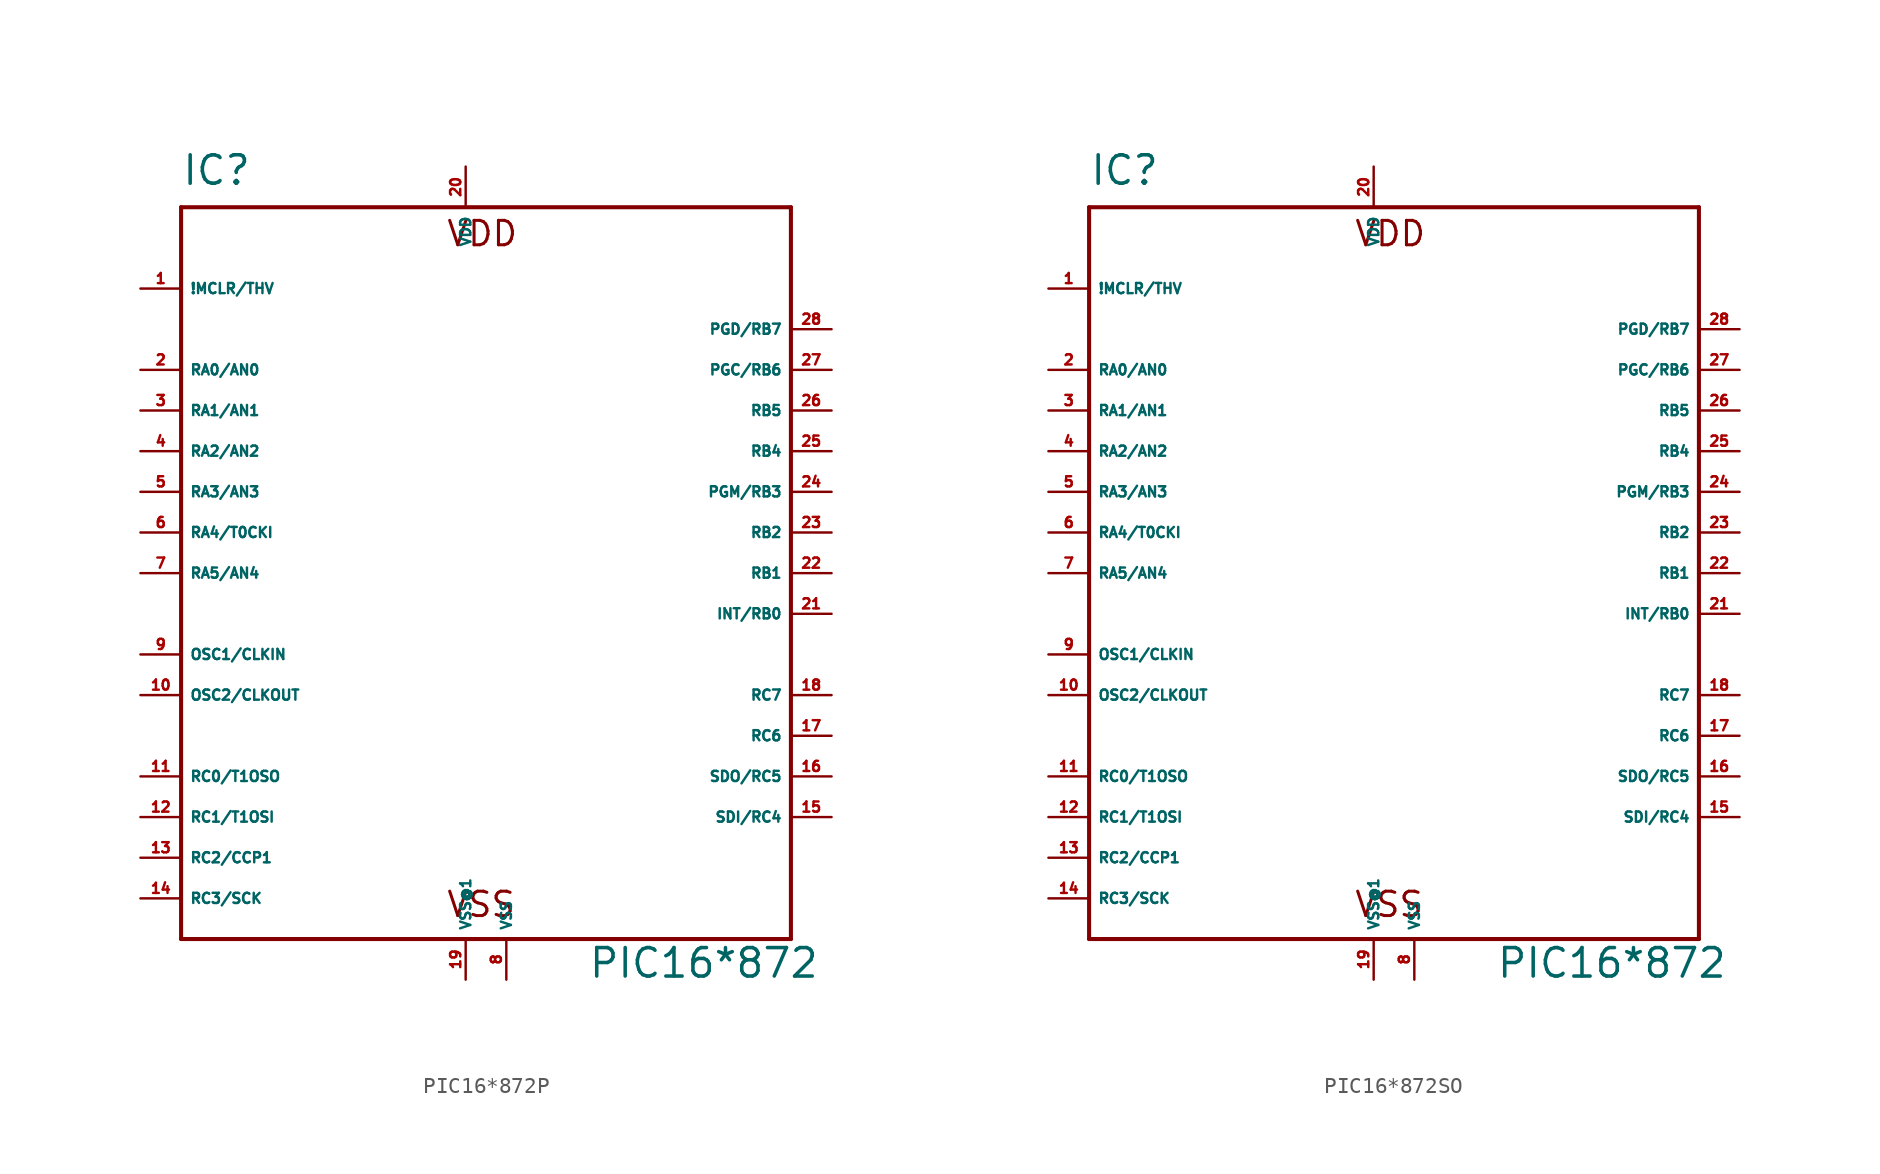
<source format=kicad_sym>
(kicad_symbol_lib
  (version 20220914)
  (generator Eagle2Kicad)
  (symbol "PIC16*872P"
    (property "Reference" "IC"
      (at -17.78 24.13 0)
      (effects (font (size 1.778 1.778) (thickness 0.22)) (justify left bottom)))
    (property "Value" "PIC16*872"
      (at 7.62 -25.4 0)
      (effects (font (size 1.778 1.778) (thickness 0.22)) (justify left bottom)))
    (polyline
      (pts (xy -17.78 22.86) (xy 20.32 22.86))
      (stroke (width 0.254) (type default))
      (fill (type none)))
    (polyline
      (pts (xy 20.32 22.86) (xy 20.32 -22.86))
      (stroke (width 0.254) (type default))
      (fill (type none)))
    (polyline
      (pts (xy 20.32 -22.86) (xy -17.78 -22.86))
      (stroke (width 0.254) (type default))
      (fill (type none)))
    (polyline
      (pts (xy -17.78 -22.86) (xy -17.78 22.86))
      (stroke (width 0.254) (type default))
      (fill (type none)))
    (text "VDD"
      (at -1.27 20.32 0)
      (effects (font (size 1.524 1.524) (thickness 0.19)) (justify left bottom)))
    (text "VSS"
      (at -1.27 -21.59 0)
      (effects (font (size 1.524 1.524) (thickness 0.19)) (justify left bottom)))
    (pin input line
      (at -20.32 17.78 0)
      (length 2.54)
      (name "!MCLR/THV" (effects (font (size 0.635 0.635) (thickness 0.08)) (justify left bottom)))
      (number "1" (effects (font (size 0.635 0.635) (thickness 0.08)) (justify left bottom))))
    (pin bidirectional line
      (at -20.32 12.7 0)
      (length 2.54)
      (name "RA0/AN0" (effects (font (size 0.635 0.635) (thickness 0.08)) (justify left bottom)))
      (number "2" (effects (font (size 0.635 0.635) (thickness 0.08)) (justify left bottom))))
    (pin bidirectional line
      (at -20.32 10.16 0)
      (length 2.54)
      (name "RA1/AN1" (effects (font (size 0.635 0.635) (thickness 0.08)) (justify left bottom)))
      (number "3" (effects (font (size 0.635 0.635) (thickness 0.08)) (justify left bottom))))
    (pin bidirectional line
      (at -20.32 7.62 0)
      (length 2.54)
      (name "RA2/AN2" (effects (font (size 0.635 0.635) (thickness 0.08)) (justify left bottom)))
      (number "4" (effects (font (size 0.635 0.635) (thickness 0.08)) (justify left bottom))))
    (pin bidirectional line
      (at -20.32 5.08 0)
      (length 2.54)
      (name "RA3/AN3" (effects (font (size 0.635 0.635) (thickness 0.08)) (justify left bottom)))
      (number "5" (effects (font (size 0.635 0.635) (thickness 0.08)) (justify left bottom))))
    (pin bidirectional line
      (at -20.32 2.54 0)
      (length 2.54)
      (name "RA4/T0CKI" (effects (font (size 0.635 0.635) (thickness 0.08)) (justify left bottom)))
      (number "6" (effects (font (size 0.635 0.635) (thickness 0.08)) (justify left bottom))))
    (pin bidirectional line
      (at -20.32 0 0)
      (length 2.54)
      (name "RA5/AN4" (effects (font (size 0.635 0.635) (thickness 0.08)) (justify left bottom)))
      (number "7" (effects (font (size 0.635 0.635) (thickness 0.08)) (justify left bottom))))
    (pin input line
      (at -20.32 -5.08 0)
      (length 2.54)
      (name "OSC1/CLKIN" (effects (font (size 0.635 0.635) (thickness 0.08)) (justify left bottom)))
      (number "9" (effects (font (size 0.635 0.635) (thickness 0.08)) (justify left bottom))))
    (pin output line
      (at -20.32 -7.62 0)
      (length 2.54)
      (name "OSC2/CLKOUT" (effects (font (size 0.635 0.635) (thickness 0.08)) (justify left bottom)))
      (number "10" (effects (font (size 0.635 0.635) (thickness 0.08)) (justify left bottom))))
    (pin bidirectional line
      (at -20.32 -12.7 0)
      (length 2.54)
      (name "RC0/T1OSO" (effects (font (size 0.635 0.635) (thickness 0.08)) (justify left bottom)))
      (number "11" (effects (font (size 0.635 0.635) (thickness 0.08)) (justify left bottom))))
    (pin bidirectional line
      (at -20.32 -15.24 0)
      (length 2.54)
      (name "RC1/T1OSI" (effects (font (size 0.635 0.635) (thickness 0.08)) (justify left bottom)))
      (number "12" (effects (font (size 0.635 0.635) (thickness 0.08)) (justify left bottom))))
    (pin bidirectional line
      (at -20.32 -17.78 0)
      (length 2.54)
      (name "RC2/CCP1" (effects (font (size 0.635 0.635) (thickness 0.08)) (justify left bottom)))
      (number "13" (effects (font (size 0.635 0.635) (thickness 0.08)) (justify left bottom))))
    (pin bidirectional line
      (at -20.32 -20.32 0)
      (length 2.54)
      (name "RC3/SCK" (effects (font (size 0.635 0.635) (thickness 0.08)) (justify left bottom)))
      (number "14" (effects (font (size 0.635 0.635) (thickness 0.08)) (justify left bottom))))
    (pin bidirectional line
      (at 22.86 -15.24 180)
      (length 2.54)
      (name "SDI/RC4" (effects (font (size 0.635 0.635) (thickness 0.08)) (justify left bottom)))
      (number "15" (effects (font (size 0.635 0.635) (thickness 0.08)) (justify left bottom))))
    (pin bidirectional line
      (at 22.86 -12.7 180)
      (length 2.54)
      (name "SDO/RC5" (effects (font (size 0.635 0.635) (thickness 0.08)) (justify left bottom)))
      (number "16" (effects (font (size 0.635 0.635) (thickness 0.08)) (justify left bottom))))
    (pin bidirectional line
      (at 22.86 -10.16 180)
      (length 2.54)
      (name "RC6" (effects (font (size 0.635 0.635) (thickness 0.08)) (justify left bottom)))
      (number "17" (effects (font (size 0.635 0.635) (thickness 0.08)) (justify left bottom))))
    (pin bidirectional line
      (at 22.86 -7.62 180)
      (length 2.54)
      (name "RC7" (effects (font (size 0.635 0.635) (thickness 0.08)) (justify left bottom)))
      (number "18" (effects (font (size 0.635 0.635) (thickness 0.08)) (justify left bottom))))
    (pin unspecified line
      (at 2.54 -25.4 90)
      (length 2.54)
      (name "VSS" (effects (font (size 0.635 0.635) (thickness 0.08)) (justify left bottom)))
      (number "8" (effects (font (size 0.635 0.635) (thickness 0.08)) (justify left bottom))))
    (pin unspecified line
      (at 0 25.4 270)
      (length 2.54)
      (name "VDD" (effects (font (size 0.635 0.635) (thickness 0.08)) (justify left bottom)))
      (number "20" (effects (font (size 0.635 0.635) (thickness 0.08)) (justify left bottom))))
    (pin bidirectional line
      (at 22.86 -2.54 180)
      (length 2.54)
      (name "INT/RB0" (effects (font (size 0.635 0.635) (thickness 0.08)) (justify left bottom)))
      (number "21" (effects (font (size 0.635 0.635) (thickness 0.08)) (justify left bottom))))
    (pin bidirectional line
      (at 22.86 0 180)
      (length 2.54)
      (name "RB1" (effects (font (size 0.635 0.635) (thickness 0.08)) (justify left bottom)))
      (number "22" (effects (font (size 0.635 0.635) (thickness 0.08)) (justify left bottom))))
    (pin bidirectional line
      (at 22.86 2.54 180)
      (length 2.54)
      (name "RB2" (effects (font (size 0.635 0.635) (thickness 0.08)) (justify left bottom)))
      (number "23" (effects (font (size 0.635 0.635) (thickness 0.08)) (justify left bottom))))
    (pin bidirectional line
      (at 22.86 5.08 180)
      (length 2.54)
      (name "PGM/RB3" (effects (font (size 0.635 0.635) (thickness 0.08)) (justify left bottom)))
      (number "24" (effects (font (size 0.635 0.635) (thickness 0.08)) (justify left bottom))))
    (pin bidirectional line
      (at 22.86 7.62 180)
      (length 2.54)
      (name "RB4" (effects (font (size 0.635 0.635) (thickness 0.08)) (justify left bottom)))
      (number "25" (effects (font (size 0.635 0.635) (thickness 0.08)) (justify left bottom))))
    (pin bidirectional line
      (at 22.86 10.16 180)
      (length 2.54)
      (name "RB5" (effects (font (size 0.635 0.635) (thickness 0.08)) (justify left bottom)))
      (number "26" (effects (font (size 0.635 0.635) (thickness 0.08)) (justify left bottom))))
    (pin bidirectional line
      (at 22.86 12.7 180)
      (length 2.54)
      (name "PGC/RB6" (effects (font (size 0.635 0.635) (thickness 0.08)) (justify left bottom)))
      (number "27" (effects (font (size 0.635 0.635) (thickness 0.08)) (justify left bottom))))
    (pin bidirectional line
      (at 22.86 15.24 180)
      (length 2.54)
      (name "PGD/RB7" (effects (font (size 0.635 0.635) (thickness 0.08)) (justify left bottom)))
      (number "28" (effects (font (size 0.635 0.635) (thickness 0.08)) (justify left bottom))))
    (pin unspecified line
      (at 0 -25.4 90)
      (length 2.54)
      (name "VSS@1" (effects (font (size 0.635 0.635) (thickness 0.08)) (justify left bottom)))
      (number "19" (effects (font (size 0.635 0.635) (thickness 0.08)) (justify left bottom)))))
  (symbol "PIC16*872SO"
    (property "Reference" "IC"
      (at -17.78 24.13 0)
      (effects (font (size 1.778 1.778) (thickness 0.22)) (justify left bottom)))
    (property "Value" "PIC16*872"
      (at 7.62 -25.4 0)
      (effects (font (size 1.778 1.778) (thickness 0.22)) (justify left bottom)))
    (polyline
      (pts (xy -17.78 22.86) (xy 20.32 22.86))
      (stroke (width 0.254) (type default))
      (fill (type none)))
    (polyline
      (pts (xy 20.32 22.86) (xy 20.32 -22.86))
      (stroke (width 0.254) (type default))
      (fill (type none)))
    (polyline
      (pts (xy 20.32 -22.86) (xy -17.78 -22.86))
      (stroke (width 0.254) (type default))
      (fill (type none)))
    (polyline
      (pts (xy -17.78 -22.86) (xy -17.78 22.86))
      (stroke (width 0.254) (type default))
      (fill (type none)))
    (text "VDD"
      (at -1.27 20.32 0)
      (effects (font (size 1.524 1.524) (thickness 0.19)) (justify left bottom)))
    (text "VSS"
      (at -1.27 -21.59 0)
      (effects (font (size 1.524 1.524) (thickness 0.19)) (justify left bottom)))
    (pin input line
      (at -20.32 17.78 0)
      (length 2.54)
      (name "!MCLR/THV" (effects (font (size 0.635 0.635) (thickness 0.08)) (justify left bottom)))
      (number "1" (effects (font (size 0.635 0.635) (thickness 0.08)) (justify left bottom))))
    (pin bidirectional line
      (at -20.32 12.7 0)
      (length 2.54)
      (name "RA0/AN0" (effects (font (size 0.635 0.635) (thickness 0.08)) (justify left bottom)))
      (number "2" (effects (font (size 0.635 0.635) (thickness 0.08)) (justify left bottom))))
    (pin bidirectional line
      (at -20.32 10.16 0)
      (length 2.54)
      (name "RA1/AN1" (effects (font (size 0.635 0.635) (thickness 0.08)) (justify left bottom)))
      (number "3" (effects (font (size 0.635 0.635) (thickness 0.08)) (justify left bottom))))
    (pin bidirectional line
      (at -20.32 7.62 0)
      (length 2.54)
      (name "RA2/AN2" (effects (font (size 0.635 0.635) (thickness 0.08)) (justify left bottom)))
      (number "4" (effects (font (size 0.635 0.635) (thickness 0.08)) (justify left bottom))))
    (pin bidirectional line
      (at -20.32 5.08 0)
      (length 2.54)
      (name "RA3/AN3" (effects (font (size 0.635 0.635) (thickness 0.08)) (justify left bottom)))
      (number "5" (effects (font (size 0.635 0.635) (thickness 0.08)) (justify left bottom))))
    (pin bidirectional line
      (at -20.32 2.54 0)
      (length 2.54)
      (name "RA4/T0CKI" (effects (font (size 0.635 0.635) (thickness 0.08)) (justify left bottom)))
      (number "6" (effects (font (size 0.635 0.635) (thickness 0.08)) (justify left bottom))))
    (pin bidirectional line
      (at -20.32 0 0)
      (length 2.54)
      (name "RA5/AN4" (effects (font (size 0.635 0.635) (thickness 0.08)) (justify left bottom)))
      (number "7" (effects (font (size 0.635 0.635) (thickness 0.08)) (justify left bottom))))
    (pin input line
      (at -20.32 -5.08 0)
      (length 2.54)
      (name "OSC1/CLKIN" (effects (font (size 0.635 0.635) (thickness 0.08)) (justify left bottom)))
      (number "9" (effects (font (size 0.635 0.635) (thickness 0.08)) (justify left bottom))))
    (pin output line
      (at -20.32 -7.62 0)
      (length 2.54)
      (name "OSC2/CLKOUT" (effects (font (size 0.635 0.635) (thickness 0.08)) (justify left bottom)))
      (number "10" (effects (font (size 0.635 0.635) (thickness 0.08)) (justify left bottom))))
    (pin bidirectional line
      (at -20.32 -12.7 0)
      (length 2.54)
      (name "RC0/T1OSO" (effects (font (size 0.635 0.635) (thickness 0.08)) (justify left bottom)))
      (number "11" (effects (font (size 0.635 0.635) (thickness 0.08)) (justify left bottom))))
    (pin bidirectional line
      (at -20.32 -15.24 0)
      (length 2.54)
      (name "RC1/T1OSI" (effects (font (size 0.635 0.635) (thickness 0.08)) (justify left bottom)))
      (number "12" (effects (font (size 0.635 0.635) (thickness 0.08)) (justify left bottom))))
    (pin bidirectional line
      (at -20.32 -17.78 0)
      (length 2.54)
      (name "RC2/CCP1" (effects (font (size 0.635 0.635) (thickness 0.08)) (justify left bottom)))
      (number "13" (effects (font (size 0.635 0.635) (thickness 0.08)) (justify left bottom))))
    (pin bidirectional line
      (at -20.32 -20.32 0)
      (length 2.54)
      (name "RC3/SCK" (effects (font (size 0.635 0.635) (thickness 0.08)) (justify left bottom)))
      (number "14" (effects (font (size 0.635 0.635) (thickness 0.08)) (justify left bottom))))
    (pin bidirectional line
      (at 22.86 -15.24 180)
      (length 2.54)
      (name "SDI/RC4" (effects (font (size 0.635 0.635) (thickness 0.08)) (justify left bottom)))
      (number "15" (effects (font (size 0.635 0.635) (thickness 0.08)) (justify left bottom))))
    (pin bidirectional line
      (at 22.86 -12.7 180)
      (length 2.54)
      (name "SDO/RC5" (effects (font (size 0.635 0.635) (thickness 0.08)) (justify left bottom)))
      (number "16" (effects (font (size 0.635 0.635) (thickness 0.08)) (justify left bottom))))
    (pin bidirectional line
      (at 22.86 -10.16 180)
      (length 2.54)
      (name "RC6" (effects (font (size 0.635 0.635) (thickness 0.08)) (justify left bottom)))
      (number "17" (effects (font (size 0.635 0.635) (thickness 0.08)) (justify left bottom))))
    (pin bidirectional line
      (at 22.86 -7.62 180)
      (length 2.54)
      (name "RC7" (effects (font (size 0.635 0.635) (thickness 0.08)) (justify left bottom)))
      (number "18" (effects (font (size 0.635 0.635) (thickness 0.08)) (justify left bottom))))
    (pin unspecified line
      (at 2.54 -25.4 90)
      (length 2.54)
      (name "VSS" (effects (font (size 0.635 0.635) (thickness 0.08)) (justify left bottom)))
      (number "8" (effects (font (size 0.635 0.635) (thickness 0.08)) (justify left bottom))))
    (pin unspecified line
      (at 0 25.4 270)
      (length 2.54)
      (name "VDD" (effects (font (size 0.635 0.635) (thickness 0.08)) (justify left bottom)))
      (number "20" (effects (font (size 0.635 0.635) (thickness 0.08)) (justify left bottom))))
    (pin bidirectional line
      (at 22.86 -2.54 180)
      (length 2.54)
      (name "INT/RB0" (effects (font (size 0.635 0.635) (thickness 0.08)) (justify left bottom)))
      (number "21" (effects (font (size 0.635 0.635) (thickness 0.08)) (justify left bottom))))
    (pin bidirectional line
      (at 22.86 0 180)
      (length 2.54)
      (name "RB1" (effects (font (size 0.635 0.635) (thickness 0.08)) (justify left bottom)))
      (number "22" (effects (font (size 0.635 0.635) (thickness 0.08)) (justify left bottom))))
    (pin bidirectional line
      (at 22.86 2.54 180)
      (length 2.54)
      (name "RB2" (effects (font (size 0.635 0.635) (thickness 0.08)) (justify left bottom)))
      (number "23" (effects (font (size 0.635 0.635) (thickness 0.08)) (justify left bottom))))
    (pin bidirectional line
      (at 22.86 5.08 180)
      (length 2.54)
      (name "PGM/RB3" (effects (font (size 0.635 0.635) (thickness 0.08)) (justify left bottom)))
      (number "24" (effects (font (size 0.635 0.635) (thickness 0.08)) (justify left bottom))))
    (pin bidirectional line
      (at 22.86 7.62 180)
      (length 2.54)
      (name "RB4" (effects (font (size 0.635 0.635) (thickness 0.08)) (justify left bottom)))
      (number "25" (effects (font (size 0.635 0.635) (thickness 0.08)) (justify left bottom))))
    (pin bidirectional line
      (at 22.86 10.16 180)
      (length 2.54)
      (name "RB5" (effects (font (size 0.635 0.635) (thickness 0.08)) (justify left bottom)))
      (number "26" (effects (font (size 0.635 0.635) (thickness 0.08)) (justify left bottom))))
    (pin bidirectional line
      (at 22.86 12.7 180)
      (length 2.54)
      (name "PGC/RB6" (effects (font (size 0.635 0.635) (thickness 0.08)) (justify left bottom)))
      (number "27" (effects (font (size 0.635 0.635) (thickness 0.08)) (justify left bottom))))
    (pin bidirectional line
      (at 22.86 15.24 180)
      (length 2.54)
      (name "PGD/RB7" (effects (font (size 0.635 0.635) (thickness 0.08)) (justify left bottom)))
      (number "28" (effects (font (size 0.635 0.635) (thickness 0.08)) (justify left bottom))))
    (pin unspecified line
      (at 0 -25.4 90)
      (length 2.54)
      (name "VSS@1" (effects (font (size 0.635 0.635) (thickness 0.08)) (justify left bottom)))
      (number "19" (effects (font (size 0.635 0.635) (thickness 0.08)) (justify left bottom))))))
</source>
